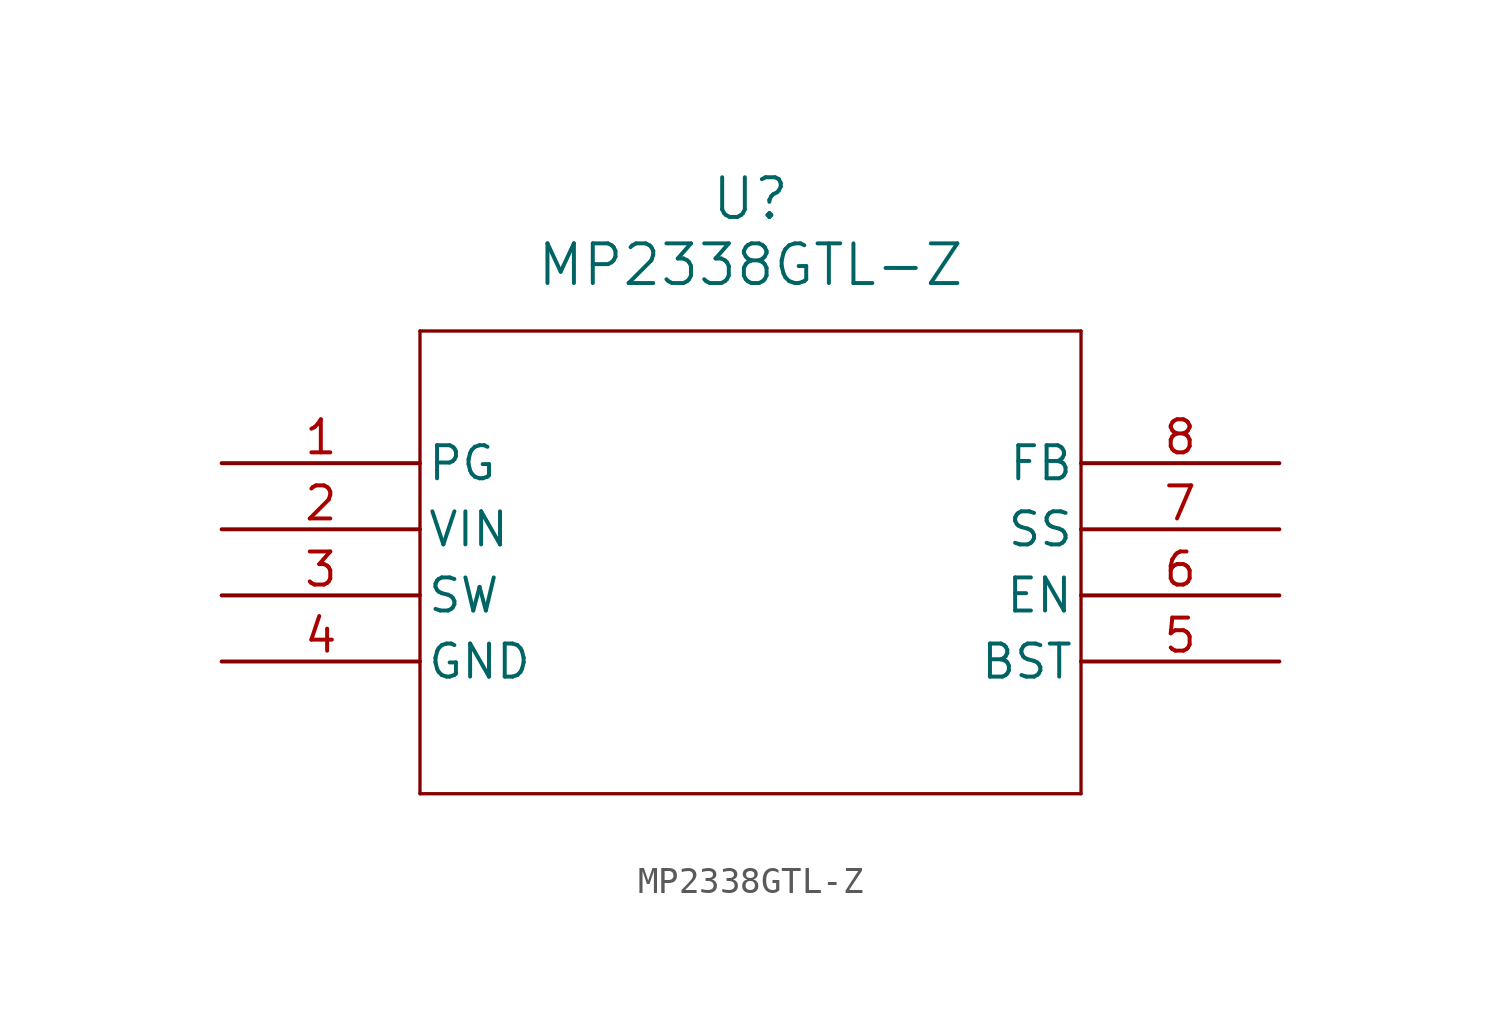
<source format=kicad_sym>
(kicad_symbol_lib
  (version 20211014)
  (generator kicad_symbol_editor)
  (symbol "MP2338GTL-Z"
    (pin_names
      (offset 0.254))
    (property "Reference" "U"
      (at 20.32 10.16 0)
      (effects (font (size 1.524 1.524))))
    (property "Value" "MP2338GTL-Z"
      (at 20.32 7.62 0)
      (effects (font (size 1.524 1.524))))
    (symbol "MP2338GTL-Z_0_1"
      (polyline (pts (xy 7.62 5.08) (xy 7.62 -12.7)) (stroke (width 0.127) (type default) (color 0 0 0 0)) (fill (type none)))
      (polyline (pts (xy 7.62 -12.7) (xy 33.02 -12.7)) (stroke (width 0.127) (type default) (color 0 0 0 0)) (fill (type none)))
      (polyline (pts (xy 33.02 -12.7) (xy 33.02 5.08)) (stroke (width 0.127) (type default) (color 0 0 0 0)) (fill (type none)))
      (polyline (pts (xy 33.02 5.08) (xy 7.62 5.08)) (stroke (width 0.127) (type default) (color 0 0 0 0)) (fill (type none)))
      (pin output line (at 0 0 0) (length 7.62) (name "PG" (effects (font (size 1.27 1.27)))) (number "1" (effects (font (size 1.27 1.27)))))
      (pin power_in line (at 0 -2.54 0) (length 7.62) (name "VIN" (effects (font (size 1.27 1.27)))) (number "2" (effects (font (size 1.27 1.27)))))
      (pin output line (at 0 -5.08 0) (length 7.62) (name "SW" (effects (font (size 1.27 1.27)))) (number "3" (effects (font (size 1.27 1.27)))))
      (pin power_in line (at 0 -7.62 0) (length 7.62) (name "GND" (effects (font (size 1.27 1.27)))) (number "4" (effects (font (size 1.27 1.27)))))
      (pin power_in line (at 40.64 -7.62 180) (length 7.62) (name "BST" (effects (font (size 1.27 1.27)))) (number "5" (effects (font (size 1.27 1.27)))))
      (pin input line (at 40.64 -5.08 180) (length 7.62) (name "EN" (effects (font (size 1.27 1.27)))) (number "6" (effects (font (size 1.27 1.27)))))
      (pin unspecified line (at 40.64 -2.54 180) (length 7.62) (name "SS" (effects (font (size 1.27 1.27)))) (number "7" (effects (font (size 1.27 1.27)))))
      (pin output line (at 40.64 0 180) (length 7.62) (name "FB" (effects (font (size 1.27 1.27)))) (number "8" (effects (font (size 1.27 1.27))))))))
</source>
